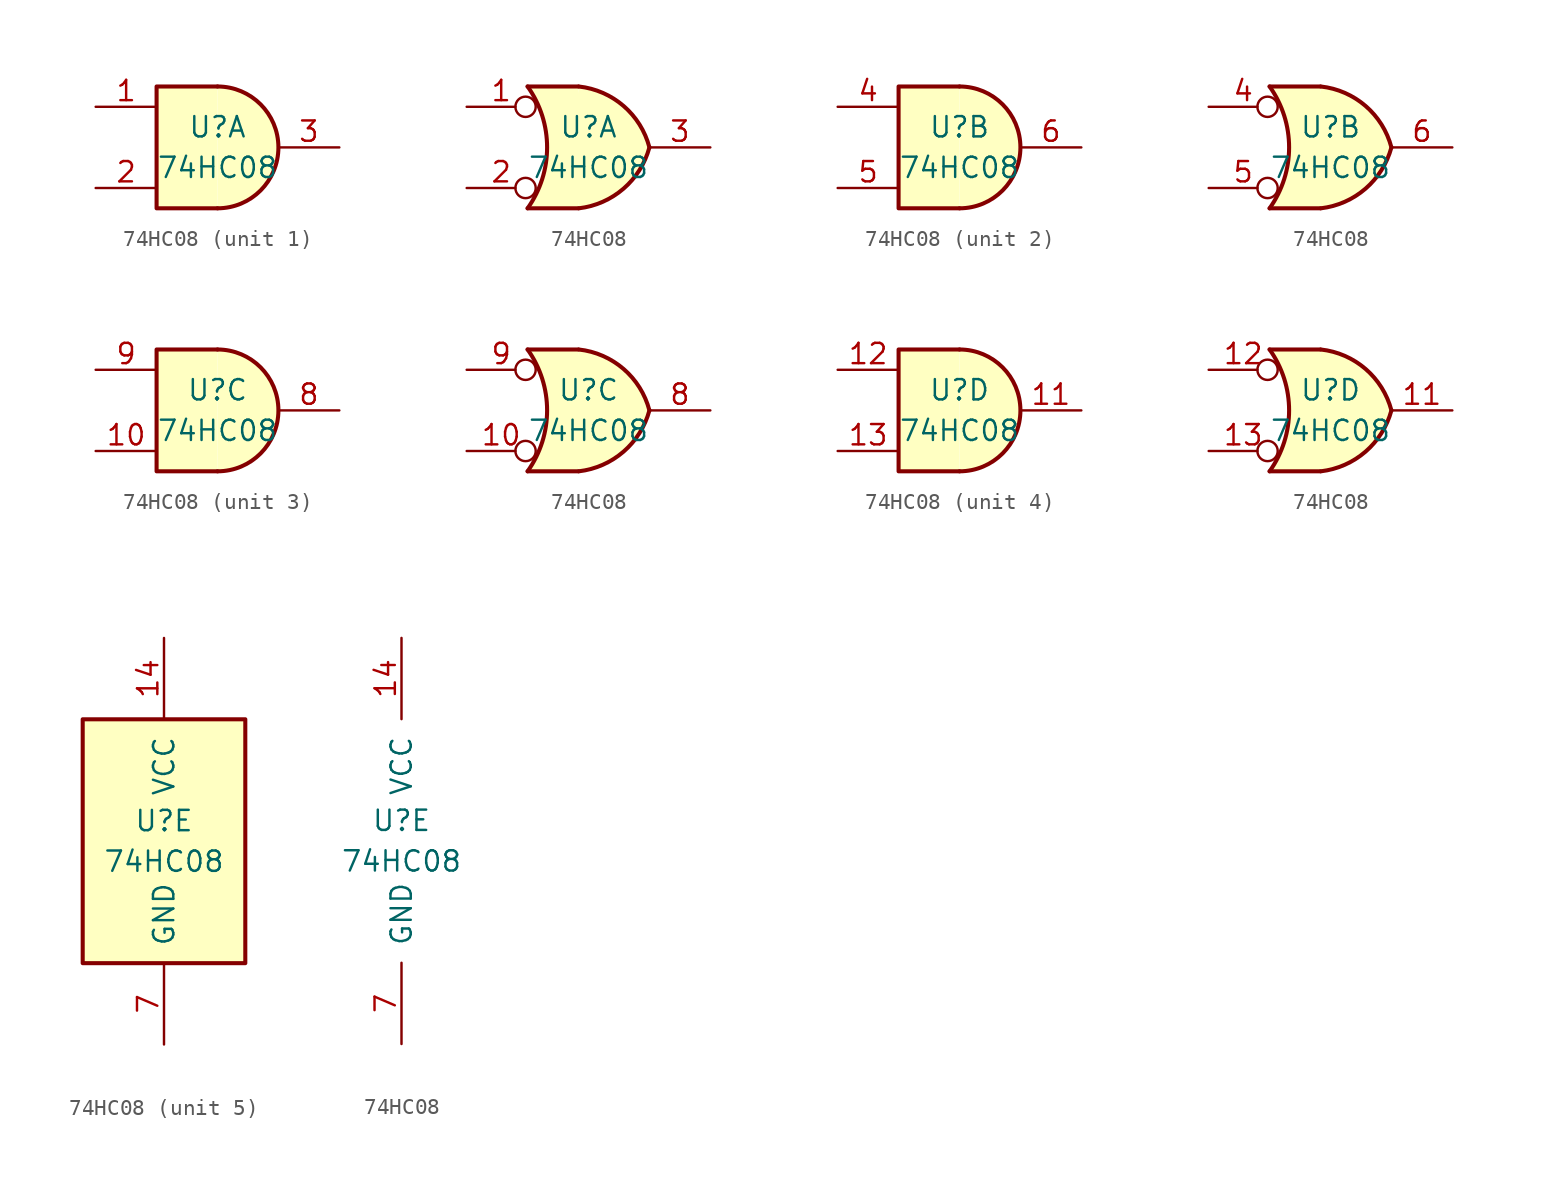
<source format=kicad_sym>
(kicad_symbol_lib
  (version 20231120)
  (generator "kicad_symbol_editor")
  (generator_version "8.0")
  (symbol "74HC08"
    (pin_names
      (offset 1.016))
    (property "Reference" "U"
      (at 0 1.27 0)
      (effects (font (size 1.27 1.27))))
    (property "Value" "74HC08"
      (at 0 -1.27 0)
      (effects (font (size 1.27 1.27))))
    (property "ki_locked" ""
      (at 0 0 0)
      (effects (font (size 1.27 1.27))))
    (symbol "74HC08_1_1"
      (arc (start 0 -3.81) (mid 3.81 0) (end 0 3.81) (stroke (width 0.254) (type solid)) (fill (type background)))
      (polyline (pts (xy 0 3.81) (xy -3.81 3.81) (xy -3.81 -3.81) (xy 0 -3.81)) (stroke (width 0.254) (type solid)) (fill (type background)))
      (pin input line (at -7.62 2.54 0) (length 3.81) (name "~" (effects (font (size 1.27 1.27)))) (number "1" (effects (font (size 1.27 1.27)))))
      (pin input line (at -7.62 -2.54 0) (length 3.81) (name "~" (effects (font (size 1.27 1.27)))) (number "2" (effects (font (size 1.27 1.27)))))
      (pin output line (at 7.62 0 180) (length 3.81) (name "~" (effects (font (size 1.27 1.27)))) (number "3" (effects (font (size 1.27 1.27))))))
    (symbol "74HC08_1_2"
      (arc (start -3.81 -3.81) (mid -2.589 0) (end -3.81 3.81) (stroke (width 0.254) (type solid)) (fill (type none)))
      (arc (start -0.6096 -3.81) (mid 2.1842 -2.5851) (end 3.81 0) (stroke (width 0.254) (type solid)) (fill (type background)))
      (polyline (pts (xy -3.81 -3.81) (xy -0.635 -3.81)) (stroke (width 0.254) (type solid)) (fill (type background)))
      (polyline (pts (xy -3.81 3.81) (xy -0.635 3.81)) (stroke (width 0.254) (type solid)) (fill (type background)))
      (polyline (pts (xy -0.635 3.81) (xy -3.81 3.81) (xy -3.81 3.81) (xy -3.556 3.404) (xy -3.023 2.261) (xy -2.692 1.041) (xy -2.616 -0.254) (xy -2.769 -1.499) (xy -3.175 -2.718) (xy -3.81 -3.81) (xy -3.81 -3.81) (xy -0.635 -3.81)) (stroke (width -25.4) (type solid)) (fill (type background)))
      (arc (start 3.81 0) (mid 2.1915 2.5936) (end -0.6096 3.81) (stroke (width 0.254) (type solid)) (fill (type background)))
      (pin input inverted (at -7.62 2.54 0) (length 4.318) (name "~" (effects (font (size 1.27 1.27)))) (number "1" (effects (font (size 1.27 1.27)))))
      (pin input inverted (at -7.62 -2.54 0) (length 4.318) (name "~" (effects (font (size 1.27 1.27)))) (number "2" (effects (font (size 1.27 1.27)))))
      (pin output line (at 7.62 0 180) (length 3.81) (name "~" (effects (font (size 1.27 1.27)))) (number "3" (effects (font (size 1.27 1.27))))))
    (symbol "74HC08_2_1"
      (arc (start 0 -3.81) (mid 3.81 0) (end 0 3.81) (stroke (width 0.254) (type solid)) (fill (type background)))
      (polyline (pts (xy 0 3.81) (xy -3.81 3.81) (xy -3.81 -3.81) (xy 0 -3.81)) (stroke (width 0.254) (type solid)) (fill (type background)))
      (pin input line (at -7.62 2.54 0) (length 3.81) (name "~" (effects (font (size 1.27 1.27)))) (number "4" (effects (font (size 1.27 1.27)))))
      (pin input line (at -7.62 -2.54 0) (length 3.81) (name "~" (effects (font (size 1.27 1.27)))) (number "5" (effects (font (size 1.27 1.27)))))
      (pin output line (at 7.62 0 180) (length 3.81) (name "~" (effects (font (size 1.27 1.27)))) (number "6" (effects (font (size 1.27 1.27))))))
    (symbol "74HC08_2_2"
      (arc (start -3.81 -3.81) (mid -2.589 0) (end -3.81 3.81) (stroke (width 0.254) (type solid)) (fill (type none)))
      (arc (start -0.6096 -3.81) (mid 2.1842 -2.5851) (end 3.81 0) (stroke (width 0.254) (type solid)) (fill (type background)))
      (polyline (pts (xy -3.81 -3.81) (xy -0.635 -3.81)) (stroke (width 0.254) (type solid)) (fill (type background)))
      (polyline (pts (xy -3.81 3.81) (xy -0.635 3.81)) (stroke (width 0.254) (type solid)) (fill (type background)))
      (polyline (pts (xy -0.635 3.81) (xy -3.81 3.81) (xy -3.81 3.81) (xy -3.556 3.404) (xy -3.023 2.261) (xy -2.692 1.041) (xy -2.616 -0.254) (xy -2.769 -1.499) (xy -3.175 -2.718) (xy -3.81 -3.81) (xy -3.81 -3.81) (xy -0.635 -3.81)) (stroke (width -25.4) (type solid)) (fill (type background)))
      (arc (start 3.81 0) (mid 2.1915 2.5936) (end -0.6096 3.81) (stroke (width 0.254) (type solid)) (fill (type background)))
      (pin input inverted (at -7.62 2.54 0) (length 4.318) (name "~" (effects (font (size 1.27 1.27)))) (number "4" (effects (font (size 1.27 1.27)))))
      (pin input inverted (at -7.62 -2.54 0) (length 4.318) (name "~" (effects (font (size 1.27 1.27)))) (number "5" (effects (font (size 1.27 1.27)))))
      (pin output line (at 7.62 0 180) (length 3.81) (name "~" (effects (font (size 1.27 1.27)))) (number "6" (effects (font (size 1.27 1.27))))))
    (symbol "74HC08_3_1"
      (arc (start 0 -3.81) (mid 3.81 0) (end 0 3.81) (stroke (width 0.254) (type solid)) (fill (type background)))
      (polyline (pts (xy 0 3.81) (xy -3.81 3.81) (xy -3.81 -3.81) (xy 0 -3.81)) (stroke (width 0.254) (type solid)) (fill (type background)))
      (pin input line (at -7.62 -2.54 0) (length 3.81) (name "~" (effects (font (size 1.27 1.27)))) (number "10" (effects (font (size 1.27 1.27)))))
      (pin output line (at 7.62 0 180) (length 3.81) (name "~" (effects (font (size 1.27 1.27)))) (number "8" (effects (font (size 1.27 1.27)))))
      (pin input line (at -7.62 2.54 0) (length 3.81) (name "~" (effects (font (size 1.27 1.27)))) (number "9" (effects (font (size 1.27 1.27))))))
    (symbol "74HC08_3_2"
      (arc (start -3.81 -3.81) (mid -2.589 0) (end -3.81 3.81) (stroke (width 0.254) (type solid)) (fill (type none)))
      (arc (start -0.6096 -3.81) (mid 2.1842 -2.5851) (end 3.81 0) (stroke (width 0.254) (type solid)) (fill (type background)))
      (polyline (pts (xy -3.81 -3.81) (xy -0.635 -3.81)) (stroke (width 0.254) (type solid)) (fill (type background)))
      (polyline (pts (xy -3.81 3.81) (xy -0.635 3.81)) (stroke (width 0.254) (type solid)) (fill (type background)))
      (polyline (pts (xy -0.635 3.81) (xy -3.81 3.81) (xy -3.81 3.81) (xy -3.556 3.404) (xy -3.023 2.261) (xy -2.692 1.041) (xy -2.616 -0.254) (xy -2.769 -1.499) (xy -3.175 -2.718) (xy -3.81 -3.81) (xy -3.81 -3.81) (xy -0.635 -3.81)) (stroke (width -25.4) (type solid)) (fill (type background)))
      (arc (start 3.81 0) (mid 2.1915 2.5936) (end -0.6096 3.81) (stroke (width 0.254) (type solid)) (fill (type background)))
      (pin input inverted (at -7.62 -2.54 0) (length 4.318) (name "~" (effects (font (size 1.27 1.27)))) (number "10" (effects (font (size 1.27 1.27)))))
      (pin output line (at 7.62 0 180) (length 3.81) (name "~" (effects (font (size 1.27 1.27)))) (number "8" (effects (font (size 1.27 1.27)))))
      (pin input inverted (at -7.62 2.54 0) (length 4.318) (name "~" (effects (font (size 1.27 1.27)))) (number "9" (effects (font (size 1.27 1.27))))))
    (symbol "74HC08_4_1"
      (arc (start 0 -3.81) (mid 3.81 0) (end 0 3.81) (stroke (width 0.254) (type solid)) (fill (type background)))
      (polyline (pts (xy 0 3.81) (xy -3.81 3.81) (xy -3.81 -3.81) (xy 0 -3.81)) (stroke (width 0.254) (type solid)) (fill (type background)))
      (pin output line (at 7.62 0 180) (length 3.81) (name "~" (effects (font (size 1.27 1.27)))) (number "11" (effects (font (size 1.27 1.27)))))
      (pin input line (at -7.62 2.54 0) (length 3.81) (name "~" (effects (font (size 1.27 1.27)))) (number "12" (effects (font (size 1.27 1.27)))))
      (pin input line (at -7.62 -2.54 0) (length 3.81) (name "~" (effects (font (size 1.27 1.27)))) (number "13" (effects (font (size 1.27 1.27))))))
    (symbol "74HC08_4_2"
      (arc (start -3.81 -3.81) (mid -2.589 0) (end -3.81 3.81) (stroke (width 0.254) (type solid)) (fill (type none)))
      (arc (start -0.6096 -3.81) (mid 2.1842 -2.5851) (end 3.81 0) (stroke (width 0.254) (type solid)) (fill (type background)))
      (polyline (pts (xy -3.81 -3.81) (xy -0.635 -3.81)) (stroke (width 0.254) (type solid)) (fill (type background)))
      (polyline (pts (xy -3.81 3.81) (xy -0.635 3.81)) (stroke (width 0.254) (type solid)) (fill (type background)))
      (polyline (pts (xy -0.635 3.81) (xy -3.81 3.81) (xy -3.81 3.81) (xy -3.556 3.404) (xy -3.023 2.261) (xy -2.692 1.041) (xy -2.616 -0.254) (xy -2.769 -1.499) (xy -3.175 -2.718) (xy -3.81 -3.81) (xy -3.81 -3.81) (xy -0.635 -3.81)) (stroke (width -25.4) (type solid)) (fill (type background)))
      (arc (start 3.81 0) (mid 2.1915 2.5936) (end -0.6096 3.81) (stroke (width 0.254) (type solid)) (fill (type background)))
      (pin output line (at 7.62 0 180) (length 3.81) (name "~" (effects (font (size 1.27 1.27)))) (number "11" (effects (font (size 1.27 1.27)))))
      (pin input inverted (at -7.62 2.54 0) (length 4.318) (name "~" (effects (font (size 1.27 1.27)))) (number "12" (effects (font (size 1.27 1.27)))))
      (pin input inverted (at -7.62 -2.54 0) (length 4.318) (name "~" (effects (font (size 1.27 1.27)))) (number "13" (effects (font (size 1.27 1.27))))))
    (symbol "74HC08_5_0"
      (pin power_in line (at 0 12.7 270) (length 5.08) (name "VCC" (effects (font (size 1.27 1.27)))) (number "14" (effects (font (size 1.27 1.27)))))
      (pin power_in line (at 0 -12.7 90) (length 5.08) (name "GND" (effects (font (size 1.27 1.27)))) (number "7" (effects (font (size 1.27 1.27))))))
    (symbol "74HC08_5_1"
      (rectangle (start -5.08 7.62) (end 5.08 -7.62) (stroke (width 0.254) (type solid)) (fill (type background))))))
</source>
